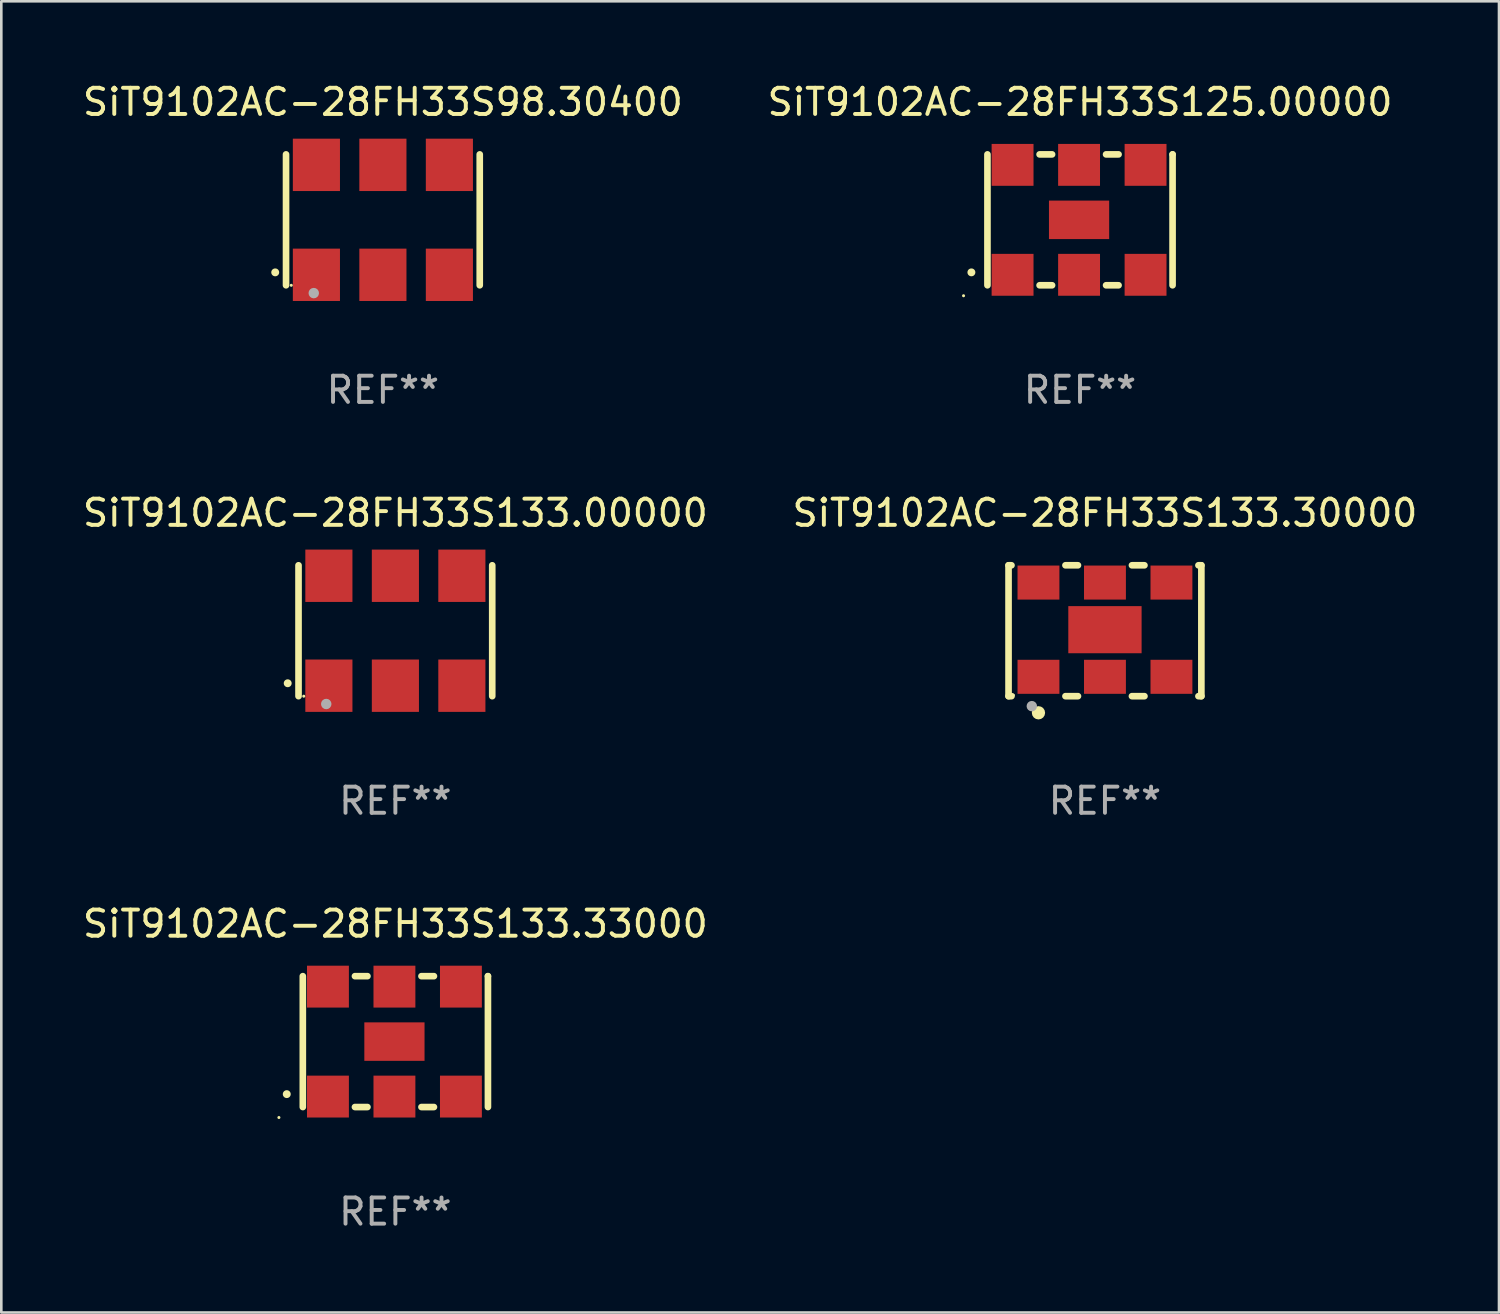
<source format=kicad_pcb>
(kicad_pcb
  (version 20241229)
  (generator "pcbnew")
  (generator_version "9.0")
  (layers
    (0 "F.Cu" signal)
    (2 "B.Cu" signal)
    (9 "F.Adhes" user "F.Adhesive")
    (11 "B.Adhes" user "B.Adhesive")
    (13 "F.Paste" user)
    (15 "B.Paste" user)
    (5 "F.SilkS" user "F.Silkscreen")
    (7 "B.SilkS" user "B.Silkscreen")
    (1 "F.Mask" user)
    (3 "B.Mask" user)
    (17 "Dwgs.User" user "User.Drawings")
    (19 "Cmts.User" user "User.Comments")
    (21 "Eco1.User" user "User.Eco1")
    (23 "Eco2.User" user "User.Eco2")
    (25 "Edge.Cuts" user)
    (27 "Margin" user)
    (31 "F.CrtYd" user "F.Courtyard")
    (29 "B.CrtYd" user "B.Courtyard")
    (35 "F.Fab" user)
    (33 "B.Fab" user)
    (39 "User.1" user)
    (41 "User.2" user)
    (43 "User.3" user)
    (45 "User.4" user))
  (footprint "SiT9102AC-28FH33S133.33000"
    (layer "F.Cu")
    (at 12.054 36.741)
    (property "Reference" "SiT9102AC-28FH33S133.33000" (at 0 -4.5 0) (layer "F.SilkS") (effects (font (size 1 1) (thickness 0.15))))
    (attr through_hole)
    (fp_line (start -3.536 -2.5) (end -3.536 2.5) (stroke (width 0.254) (type solid)) (layer "F.SilkS"))
    (fp_line (start -1.544 2.5) (end -1.067 2.5) (stroke (width 0.254) (type solid)) (layer "F.SilkS"))
    (fp_line (start -1.067 -2.5) (end -1.544 -2.5) (stroke (width 0.254) (type solid)) (layer "F.SilkS"))
    (fp_line (start 0.996 2.5) (end 1.473 2.5) (stroke (width 0.254) (type solid)) (layer "F.SilkS"))
    (fp_line (start 1.473 -2.5) (end 0.996 -2.5) (stroke (width 0.254) (type solid)) (layer "F.SilkS"))
    (fp_line (start 3.536 -2.5) (end 3.536 -2.5) (stroke (width 0.254) (type solid)) (layer "F.SilkS"))
    (fp_line (start 3.536 2.5) (end 3.536 -2.5) (stroke (width 0.254) (type solid)) (layer "F.SilkS"))
    (fp_arc (start -4.150432 2.006604) (mid -4.149162 2.006599) (end -4.147892 2.006604) (stroke (width 0.3) (type solid)) (layer "F.SilkS"))
    (fp_circle (center -4.449 2.9) (end -4.419 2.9) (stroke (width 0.06) (type solid)) (fill no) (layer "F.SilkS"))
    (fp_text user "REF**" (at 0 6.5 0) (layer "F.Fab") (effects (font (size 1 1) (thickness 0.15))))
    (pad "1" smd rect (at -2.576 2.1) (size 1.6 1.6) (layers "F.Cu" "F.Mask" "F.Paste"))
    (pad "2" smd rect (at -0.036 2.1) (size 1.6 1.6) (layers "F.Cu" "F.Mask" "F.Paste"))
    (pad "3" smd rect (at 2.504 2.1) (size 1.6 1.6) (layers "F.Cu" "F.Mask" "F.Paste"))
    (pad "4" smd rect (at 2.504 -2.1) (size 1.6 1.6) (layers "F.Cu" "F.Mask" "F.Paste"))
    (pad "5" smd rect (at -0.036 -2.1) (size 1.6 1.6) (layers "F.Cu" "F.Mask" "F.Paste"))
    (pad "6" smd rect (at -2.576 -2.1) (size 1.6 1.6) (layers "F.Cu" "F.Mask" "F.Paste"))
    (pad "7" smd rect (at -0.036 0) (size 2.3 1.47) (layers "F.Cu" "F.Mask" "F.Paste")))
  (footprint "SiT9102AC-28FH33S125.00000"
    (layer "F.Cu")
    (at 38.208 5.348)
    (property "Reference" "SiT9102AC-28FH33S125.00000" (at 0 -4.5 0) (layer "F.SilkS") (effects (font (size 1 1) (thickness 0.15))))
    (attr through_hole)
    (fp_line (start -3.536 -2.5) (end -3.536 2.5) (stroke (width 0.254) (type solid)) (layer "F.SilkS"))
    (fp_line (start -1.544 2.5) (end -1.067 2.5) (stroke (width 0.254) (type solid)) (layer "F.SilkS"))
    (fp_line (start -1.067 -2.5) (end -1.544 -2.5) (stroke (width 0.254) (type solid)) (layer "F.SilkS"))
    (fp_line (start 0.996 2.5) (end 1.473 2.5) (stroke (width 0.254) (type solid)) (layer "F.SilkS"))
    (fp_line (start 1.473 -2.5) (end 0.996 -2.5) (stroke (width 0.254) (type solid)) (layer "F.SilkS"))
    (fp_line (start 3.536 -2.5) (end 3.536 -2.5) (stroke (width 0.254) (type solid)) (layer "F.SilkS"))
    (fp_line (start 3.536 2.5) (end 3.536 -2.5) (stroke (width 0.254) (type solid)) (layer "F.SilkS"))
    (fp_arc (start -4.150432 2.006604) (mid -4.149162 2.006599) (end -4.147892 2.006604) (stroke (width 0.3) (type solid)) (layer "F.SilkS"))
    (fp_circle (center -4.449 2.9) (end -4.419 2.9) (stroke (width 0.06) (type solid)) (fill no) (layer "F.SilkS"))
    (fp_text user "REF**" (at 0 6.5 0) (layer "F.Fab") (effects (font (size 1 1) (thickness 0.15))))
    (pad "1" smd rect (at -2.576 2.1) (size 1.6 1.6) (layers "F.Cu" "F.Mask" "F.Paste"))
    (pad "2" smd rect (at -0.036 2.1) (size 1.6 1.6) (layers "F.Cu" "F.Mask" "F.Paste"))
    (pad "3" smd rect (at 2.504 2.1) (size 1.6 1.6) (layers "F.Cu" "F.Mask" "F.Paste"))
    (pad "4" smd rect (at 2.504 -2.1) (size 1.6 1.6) (layers "F.Cu" "F.Mask" "F.Paste"))
    (pad "5" smd rect (at -0.036 -2.1) (size 1.6 1.6) (layers "F.Cu" "F.Mask" "F.Paste"))
    (pad "6" smd rect (at -2.576 -2.1) (size 1.6 1.6) (layers "F.Cu" "F.Mask" "F.Paste"))
    (pad "7" smd rect (at -0.036 0) (size 2.3 1.47) (layers "F.Cu" "F.Mask" "F.Paste")))
  (footprint "SiT9102AC-28FH33S133.00000"
    (layer "F.Cu")
    (at 12.054 21.045)
    (property "Reference" "SiT9102AC-28FH33S133.00000" (at 0 -4.5 0) (layer "F.SilkS") (effects (font (size 1 1) (thickness 0.15))))
    (attr through_hole)
    (fp_line (start -3.7 -2.5) (end -3.7 2.5) (stroke (width 0.254) (type solid)) (layer "F.SilkS"))
    (fp_line (start 3.7 -2.5) (end 3.7 2.5) (stroke (width 0.254) (type solid)) (layer "F.SilkS"))
    (fp_arc (start -4.114415 2.006604) (mid -4.113145 2.006599) (end -4.111875 2.006604) (stroke (width 0.3) (type solid)) (layer "F.SilkS"))
    (fp_circle (center -3.5 2.501) (end -3.47 2.501) (stroke (width 0.06) (type solid)) (fill no) (layer "F.SilkS"))
    (fp_circle (center -2.641 2.799) (end -2.541 2.799) (stroke (width 0.2) (type solid)) (fill no) (layer "F.Fab"))
    (fp_text user "REF**" (at 0 6.5 0) (layer "F.Fab") (effects (font (size 1 1) (thickness 0.15))))
    (pad "1" smd rect (at -2.54 2.1) (size 1.8 2) (layers "F.Cu" "F.Mask" "F.Paste"))
    (pad "2" smd rect (at 0.000394 2.1) (size 1.8 2) (layers "F.Cu" "F.Mask" "F.Paste"))
    (pad "3" smd rect (at 2.54 2.1) (size 1.8 2) (layers "F.Cu" "F.Mask" "F.Paste"))
    (pad "4" smd rect (at 2.54 -2.1) (size 1.8 2) (layers "F.Cu" "F.Mask" "F.Paste"))
    (pad "5" smd rect (at 0.000394 -2.1) (size 1.8 2) (layers "F.Cu" "F.Mask" "F.Paste"))
    (pad "6" smd rect (at -2.54 -2.1) (size 1.8 2) (layers "F.Cu" "F.Mask" "F.Paste")))
  (footprint "SiT9102AC-28FH33S133.30000"
    (layer "F.Cu")
    (at 39.161 21.045)
    (property "Reference" "SiT9102AC-28FH33S133.30000" (at 0 -4.5 0) (layer "F.SilkS") (effects (font (size 1 1) (thickness 0.15))))
    (attr through_hole)
    (fp_line (start -3.683 -2.5) (end -3.571 -2.5) (stroke (width 0.254) (type solid)) (layer "F.SilkS"))
    (fp_line (start -3.683 2.5) (end -3.683 -2.5) (stroke (width 0.254) (type solid)) (layer "F.SilkS"))
    (fp_line (start -3.683 2.5) (end -3.571 2.5) (stroke (width 0.254) (type solid)) (layer "F.SilkS"))
    (fp_line (start -1.509 -2.5) (end -1.031 -2.5) (stroke (width 0.254) (type solid)) (layer "F.SilkS"))
    (fp_line (start -1.509 2.5) (end -1.031 2.5) (stroke (width 0.254) (type solid)) (layer "F.SilkS"))
    (fp_line (start 1.031 -2.5) (end 1.509 -2.5) (stroke (width 0.254) (type solid)) (layer "F.SilkS"))
    (fp_line (start 1.031 2.5) (end 1.509 2.5) (stroke (width 0.254) (type solid)) (layer "F.SilkS"))
    (fp_line (start 3.571 -2.5) (end 3.683 -2.5) (stroke (width 0.254) (type solid)) (layer "F.SilkS"))
    (fp_line (start 3.571 2.5) (end 3.683 2.5) (stroke (width 0.254) (type solid)) (layer "F.SilkS"))
    (fp_line (start 3.683 2.5) (end 3.683 -2.5) (stroke (width 0.254) (type solid)) (layer "F.SilkS"))
    (fp_circle (center -3.5 2.46) (end -3.47 2.46) (stroke (width 0.06) (type solid)) (fill no) (layer "F.SilkS"))
    (fp_circle (center -2.54 3.135) (end -2.413 3.135) (stroke (width 0.254) (type solid)) (fill no) (layer "F.SilkS"))
    (fp_circle (center -2.794 2.881) (end -2.694 2.881) (stroke (width 0.2) (type solid)) (fill no) (layer "F.Fab"))
    (fp_text user "REF**" (at 0 6.5 0) (layer "F.Fab") (effects (font (size 1 1) (thickness 0.15))))
    (pad "1" smd rect (at -2.54 1.76) (size 1.6 1.3) (layers "F.Cu" "F.Mask" "F.Paste"))
    (pad "2" smd rect (at 0 1.76) (size 1.6 1.3) (layers "F.Cu" "F.Mask" "F.Paste"))
    (pad "3" smd rect (at 2.54 1.76) (size 1.6 1.3) (layers "F.Cu" "F.Mask" "F.Paste"))
    (pad "4" smd rect (at 2.54 -1.84) (size 1.6 1.3) (layers "F.Cu" "F.Mask" "F.Paste"))
    (pad "5" smd rect (at 0 -1.84) (size 1.6 1.3) (layers "F.Cu" "F.Mask" "F.Paste"))
    (pad "6" smd rect (at -2.54 -1.84) (size 1.6 1.3) (layers "F.Cu" "F.Mask" "F.Paste"))
    (pad "7" smd rect (at 0 -0.04) (size 2.8 1.8) (layers "F.Cu" "F.Mask" "F.Paste")))
  (footprint "SiT9102AC-28FH33S98.30400"
    (layer "F.Cu")
    (at 11.577 5.348)
    (property "Reference" "SiT9102AC-28FH33S98.30400" (at 0 -4.5 0) (layer "F.SilkS") (effects (font (size 1 1) (thickness 0.15))))
    (attr through_hole)
    (fp_line (start -3.7 -2.5) (end -3.7 2.5) (stroke (width 0.254) (type solid)) (layer "F.SilkS"))
    (fp_line (start 3.7 -2.5) (end 3.7 2.5) (stroke (width 0.254) (type solid)) (layer "F.SilkS"))
    (fp_arc (start -4.114415 2.006604) (mid -4.113145 2.006599) (end -4.111875 2.006604) (stroke (width 0.3) (type solid)) (layer "F.SilkS"))
    (fp_circle (center -3.5 2.501) (end -3.47 2.501) (stroke (width 0.06) (type solid)) (fill no) (layer "F.SilkS"))
    (fp_circle (center -2.641 2.799) (end -2.541 2.799) (stroke (width 0.2) (type solid)) (fill no) (layer "F.Fab"))
    (fp_text user "REF**" (at 0 6.5 0) (layer "F.Fab") (effects (font (size 1 1) (thickness 0.15))))
    (pad "1" smd rect (at -2.54 2.1) (size 1.8 2) (layers "F.Cu" "F.Mask" "F.Paste"))
    (pad "2" smd rect (at 0.000394 2.1) (size 1.8 2) (layers "F.Cu" "F.Mask" "F.Paste"))
    (pad "3" smd rect (at 2.54 2.1) (size 1.8 2) (layers "F.Cu" "F.Mask" "F.Paste"))
    (pad "4" smd rect (at 2.54 -2.1) (size 1.8 2) (layers "F.Cu" "F.Mask" "F.Paste"))
    (pad "5" smd rect (at 0.000394 -2.1) (size 1.8 2) (layers "F.Cu" "F.Mask" "F.Paste"))
    (pad "6" smd rect (at -2.54 -2.1) (size 1.8 2) (layers "F.Cu" "F.Mask" "F.Paste")))
  (gr_rect
    (start -3 -3)
    (end 54.214 47.09)
    (stroke (width 0.1) (type default))
    (fill no)
    (layer "Edge.Cuts")))
</source>
